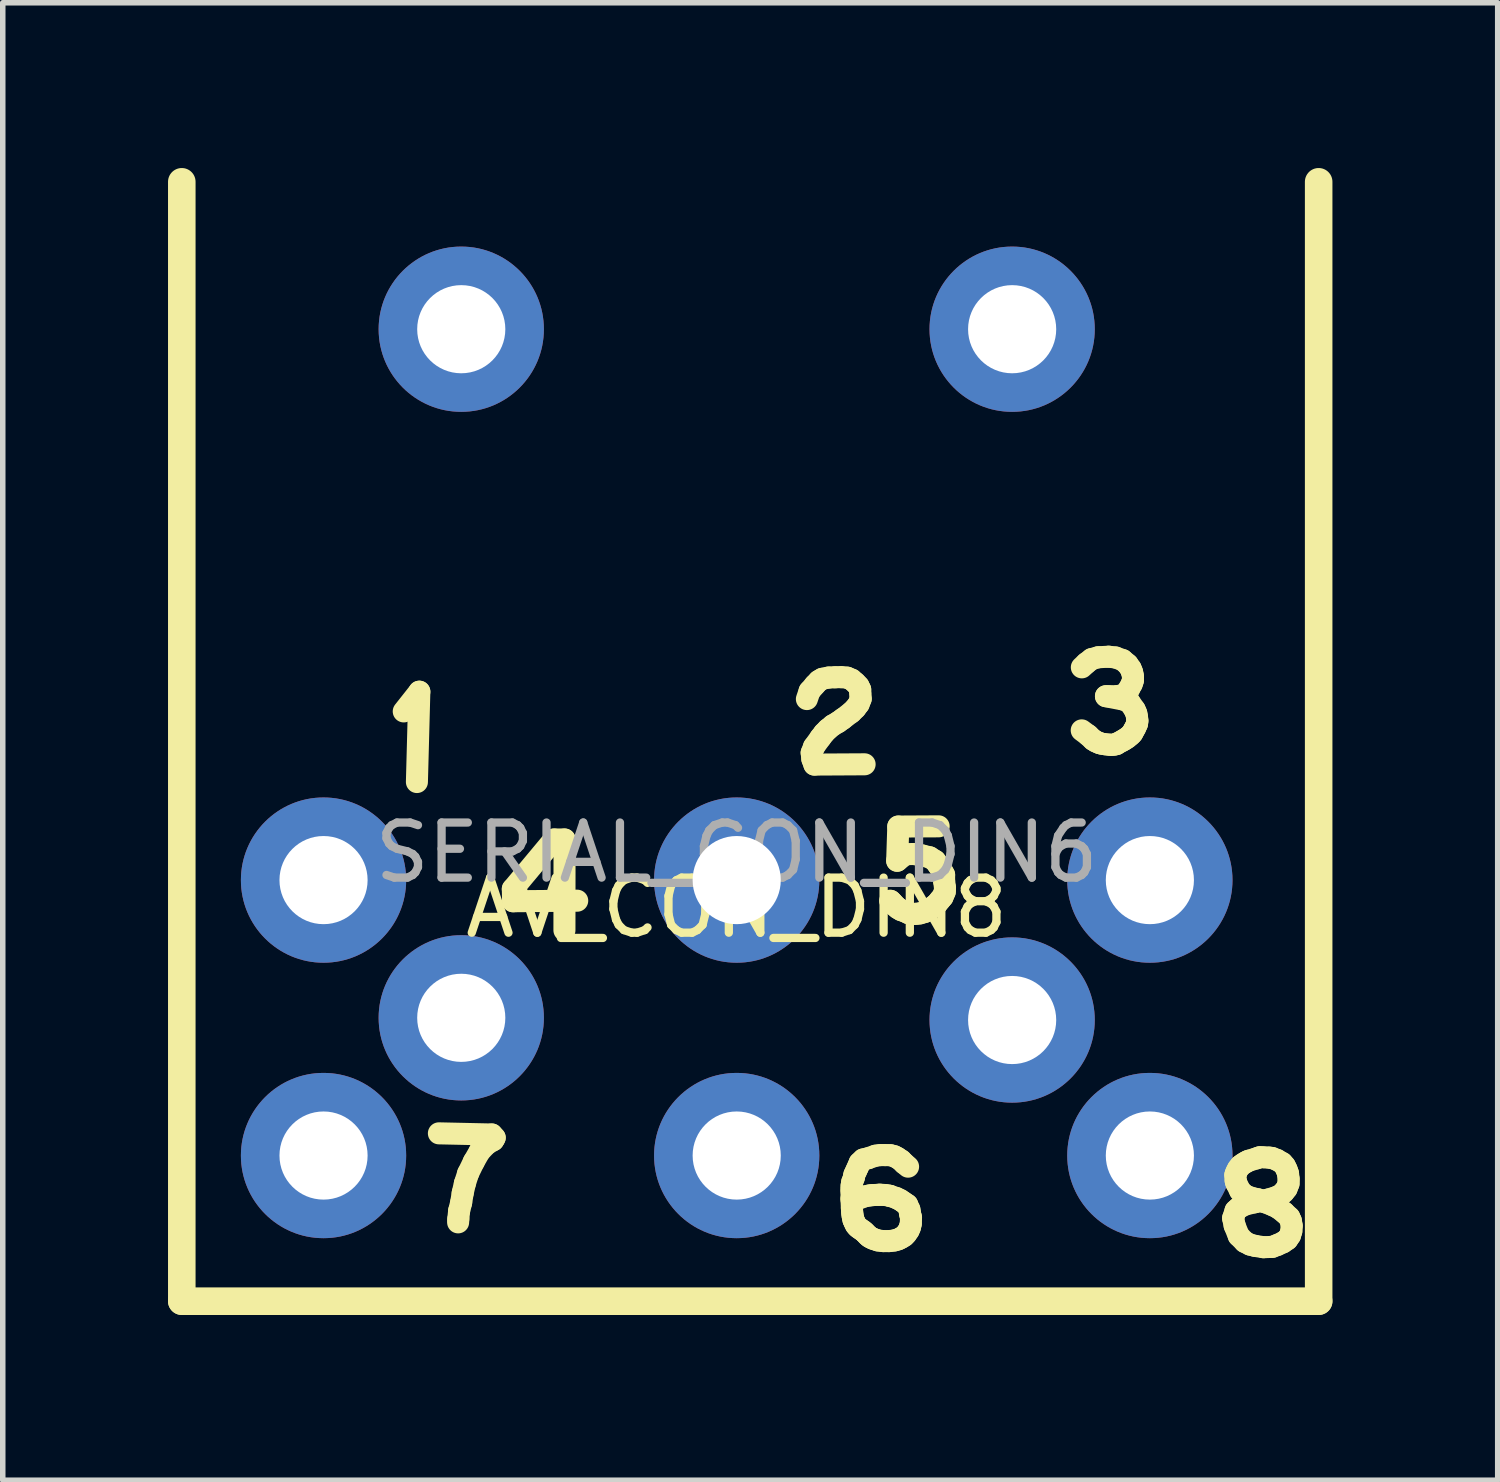
<source format=kicad_pcb>
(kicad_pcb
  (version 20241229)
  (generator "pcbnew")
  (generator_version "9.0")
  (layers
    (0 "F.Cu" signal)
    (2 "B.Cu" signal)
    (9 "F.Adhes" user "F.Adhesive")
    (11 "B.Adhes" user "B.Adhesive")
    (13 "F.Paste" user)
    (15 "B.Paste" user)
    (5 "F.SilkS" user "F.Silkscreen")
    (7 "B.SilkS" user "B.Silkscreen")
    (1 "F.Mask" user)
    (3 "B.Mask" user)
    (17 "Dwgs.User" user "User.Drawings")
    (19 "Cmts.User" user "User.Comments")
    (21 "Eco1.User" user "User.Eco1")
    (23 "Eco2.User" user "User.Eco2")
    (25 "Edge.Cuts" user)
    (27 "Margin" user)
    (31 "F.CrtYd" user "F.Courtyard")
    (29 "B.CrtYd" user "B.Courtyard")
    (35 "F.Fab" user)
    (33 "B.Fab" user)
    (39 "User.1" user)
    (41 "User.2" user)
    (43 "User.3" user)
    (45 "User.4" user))
  (footprint "AV_CON_DIN8"
    (layer "F.Cu")
    (at 10.323 12.926)
    (property "Reference" "AV_CON_DIN8" (at 0 0.5 0) (layer "F.SilkS") (effects (font (size 1 1) (thickness 0.15))))
    (attr through_hole)
    (fp_line (start -10.073 -12.676) (end -10.073 7.644) (stroke (width 0.5) (type solid)) (layer "F.SilkS"))
    (fp_line (start -10.073 7.644) (end 10.564 7.644) (stroke (width 0.5) (type solid)) (layer "F.SilkS"))
    (fp_line (start -6.044 -3.062) (end -5.761 -3.42) (stroke (width 0.4) (type solid)) (layer "F.SilkS"))
    (fp_line (start -5.761 -3.42) (end -5.805 -1.78) (stroke (width 0.4) (type solid)) (layer "F.SilkS"))
    (fp_line (start -5.406 4.597) (end -4.445 4.618) (stroke (width 0.4) (type solid)) (layer "F.SilkS"))
    (fp_line (start -5.054 6.155) (end -5.057 6.213) (stroke (width 0.4) (type solid)) (layer "F.SilkS"))
    (fp_line (start -5.039 6.005) (end -5.054 6.155) (stroke (width 0.4) (type solid)) (layer "F.SilkS"))
    (fp_line (start -5.002 5.855) (end -5.039 6.005) (stroke (width 0.4) (type solid)) (layer "F.SilkS"))
    (fp_line (start -4.974 5.681) (end -5.002 5.855) (stroke (width 0.4) (type solid)) (layer "F.SilkS"))
    (fp_line (start -4.934 5.506) (end -4.974 5.681) (stroke (width 0.4) (type solid)) (layer "F.SilkS"))
    (fp_line (start -4.876 5.325) (end -4.934 5.506) (stroke (width 0.4) (type solid)) (layer "F.SilkS"))
    (fp_line (start -4.772 5.111) (end -4.876 5.325) (stroke (width 0.4) (type solid)) (layer "F.SilkS"))
    (fp_line (start -4.665 4.924) (end -4.772 5.111) (stroke (width 0.4) (type solid)) (layer "F.SilkS"))
    (fp_line (start -4.536 4.79) (end -4.665 4.924) (stroke (width 0.4) (type solid)) (layer "F.SilkS"))
    (fp_line (start -4.445 4.618) (end -4.393 4.676) (stroke (width 0.4) (type solid)) (layer "F.SilkS"))
    (fp_line (start -4.42 4.722) (end -4.536 4.79) (stroke (width 0.4) (type solid)) (layer "F.SilkS"))
    (fp_line (start -4.393 4.676) (end -4.42 4.722) (stroke (width 0.4) (type solid)) (layer "F.SilkS"))
    (fp_line (start -4.064 0.162) (end -3.315 -0.737) (stroke (width 0.4) (type solid)) (layer "F.SilkS"))
    (fp_line (start -4.059 0.384) (end -4.064 0.162) (stroke (width 0.4) (type solid)) (layer "F.SilkS"))
    (fp_line (start -3.315 -0.737) (end -3.125 -0.737) (stroke (width 0.4) (type solid)) (layer "F.SilkS"))
    (fp_line (start -3.125 -0.737) (end -3.127 0.911) (stroke (width 0.4) (type solid)) (layer "F.SilkS"))
    (fp_line (start -2.895 0.374) (end -4.059 0.384) (stroke (width 0.4) (type solid)) (layer "F.SilkS"))
    (fp_line (start 1.274 -3.286) (end 1.323 -3.43) (stroke (width 0.4) (type solid)) (layer "F.SilkS"))
    (fp_line (start 1.323 -3.43) (end 1.42 -3.543) (stroke (width 0.4) (type solid)) (layer "F.SilkS"))
    (fp_line (start 1.361 -2.311) (end 1.373 -2.198) (stroke (width 0.4) (type solid)) (layer "F.SilkS"))
    (fp_line (start 1.373 -2.198) (end 1.41 -2.097) (stroke (width 0.4) (type solid)) (layer "F.SilkS"))
    (fp_line (start 1.403 -2.42) (end 1.361 -2.311) (stroke (width 0.4) (type solid)) (layer "F.SilkS"))
    (fp_line (start 1.41 -2.097) (end 2.322 -2.102) (stroke (width 0.4) (type solid)) (layer "F.SilkS"))
    (fp_line (start 1.42 -3.543) (end 1.49 -3.616) (stroke (width 0.4) (type solid)) (layer "F.SilkS"))
    (fp_line (start 1.49 -3.616) (end 1.554 -3.654) (stroke (width 0.4) (type solid)) (layer "F.SilkS"))
    (fp_line (start 1.521 -2.584) (end 1.403 -2.42) (stroke (width 0.4) (type solid)) (layer "F.SilkS"))
    (fp_line (start 1.554 -3.654) (end 1.669 -3.677) (stroke (width 0.4) (type solid)) (layer "F.SilkS"))
    (fp_line (start 1.585 -2.667) (end 1.521 -2.584) (stroke (width 0.4) (type solid)) (layer "F.SilkS"))
    (fp_line (start 1.655 -2.738) (end 1.585 -2.667) (stroke (width 0.4) (type solid)) (layer "F.SilkS"))
    (fp_line (start 1.669 -3.677) (end 1.785 -3.682) (stroke (width 0.4) (type solid)) (layer "F.SilkS"))
    (fp_line (start 1.745 -2.811) (end 1.655 -2.738) (stroke (width 0.4) (type solid)) (layer "F.SilkS"))
    (fp_line (start 1.785 -3.682) (end 1.9 -3.684) (stroke (width 0.4) (type solid)) (layer "F.SilkS"))
    (fp_line (start 1.841 -2.867) (end 1.745 -2.811) (stroke (width 0.4) (type solid)) (layer "F.SilkS"))
    (fp_line (start 1.9 -3.684) (end 2.004 -3.675) (stroke (width 0.4) (type solid)) (layer "F.SilkS"))
    (fp_line (start 1.924 -2.926) (end 1.841 -2.867) (stroke (width 0.4) (type solid)) (layer "F.SilkS"))
    (fp_line (start 2.004 -3.675) (end 2.086 -3.64) (stroke (width 0.4) (type solid)) (layer "F.SilkS"))
    (fp_line (start 2.079 -3.044) (end 1.924 -2.926) (stroke (width 0.4) (type solid)) (layer "F.SilkS"))
    (fp_line (start 2.084 5.617) (end 2.086 5.667) (stroke (width 0.4) (type solid)) (layer "F.SilkS"))
    (fp_line (start 2.084 5.798) (end 2.091 5.954) (stroke (width 0.4) (type solid)) (layer "F.SilkS"))
    (fp_line (start 2.086 5.548) (end 2.084 5.617) (stroke (width 0.4) (type solid)) (layer "F.SilkS"))
    (fp_line (start 2.086 5.667) (end 2.086 5.76) (stroke (width 0.4) (type solid)) (layer "F.SilkS"))
    (fp_line (start 2.086 5.76) (end 2.084 5.798) (stroke (width 0.4) (type solid)) (layer "F.SilkS"))
    (fp_line (start 2.086 -3.64) (end 2.155 -3.581) (stroke (width 0.4) (type solid)) (layer "F.SilkS"))
    (fp_line (start 2.091 5.954) (end 2.096 6.026) (stroke (width 0.4) (type solid)) (layer "F.SilkS"))
    (fp_line (start 2.096 5.484) (end 2.086 5.548) (stroke (width 0.4) (type solid)) (layer "F.SilkS"))
    (fp_line (start 2.096 6.026) (end 2.104 6.093) (stroke (width 0.4) (type solid)) (layer "F.SilkS"))
    (fp_line (start 2.104 6.093) (end 2.118 6.162) (stroke (width 0.4) (type solid)) (layer "F.SilkS"))
    (fp_line (start 2.118 6.162) (end 2.136 6.204) (stroke (width 0.4) (type solid)) (layer "F.SilkS"))
    (fp_line (start 2.127 5.399) (end 2.096 5.484) (stroke (width 0.4) (type solid)) (layer "F.SilkS"))
    (fp_line (start 2.136 5.347) (end 2.127 5.399) (stroke (width 0.4) (type solid)) (layer "F.SilkS"))
    (fp_line (start 2.136 6.204) (end 2.162 6.258) (stroke (width 0.4) (type solid)) (layer "F.SilkS"))
    (fp_line (start 2.155 -3.581) (end 2.211 -3.522) (stroke (width 0.4) (type solid)) (layer "F.SilkS"))
    (fp_line (start 2.157 -3.121) (end 2.079 -3.044) (stroke (width 0.4) (type solid)) (layer "F.SilkS"))
    (fp_line (start 2.162 6.258) (end 2.194 6.296) (stroke (width 0.4) (type solid)) (layer "F.SilkS"))
    (fp_line (start 2.171 5.271) (end 2.136 5.347) (stroke (width 0.4) (type solid)) (layer "F.SilkS"))
    (fp_line (start 2.194 6.296) (end 2.232 6.325) (stroke (width 0.4) (type solid)) (layer "F.SilkS"))
    (fp_line (start 2.202 5.204) (end 2.171 5.271) (stroke (width 0.4) (type solid)) (layer "F.SilkS"))
    (fp_line (start 2.211 -3.522) (end 2.242 -3.458) (stroke (width 0.4) (type solid)) (layer "F.SilkS"))
    (fp_line (start 2.214 -3.197) (end 2.157 -3.121) (stroke (width 0.4) (type solid)) (layer "F.SilkS"))
    (fp_line (start 2.231 5.133) (end 2.202 5.204) (stroke (width 0.4) (type solid)) (layer "F.SilkS"))
    (fp_line (start 2.232 6.325) (end 2.287 6.363) (stroke (width 0.4) (type solid)) (layer "F.SilkS"))
    (fp_line (start 2.242 -3.458) (end 2.244 -3.385) (stroke (width 0.4) (type solid)) (layer "F.SilkS"))
    (fp_line (start 2.244 -3.385) (end 2.251 -3.291) (stroke (width 0.4) (type solid)) (layer "F.SilkS"))
    (fp_line (start 2.251 -3.291) (end 2.214 -3.197) (stroke (width 0.4) (type solid)) (layer "F.SilkS"))
    (fp_line (start 2.287 6.363) (end 2.325 6.394) (stroke (width 0.4) (type solid)) (layer "F.SilkS"))
    (fp_line (start 2.296 5.071) (end 2.231 5.133) (stroke (width 0.4) (type solid)) (layer "F.SilkS"))
    (fp_line (start 2.305 5.745) (end 2.216 5.782) (stroke (width 0.4) (type solid)) (layer "F.SilkS"))
    (fp_line (start 2.325 6.394) (end 2.372 6.443) (stroke (width 0.4) (type solid)) (layer "F.SilkS"))
    (fp_line (start 2.372 6.443) (end 2.406 6.474) (stroke (width 0.4) (type solid)) (layer "F.SilkS"))
    (fp_line (start 2.383 5.05) (end 2.296 5.071) (stroke (width 0.4) (type solid)) (layer "F.SilkS"))
    (fp_line (start 2.406 6.474) (end 2.446 6.497) (stroke (width 0.4) (type solid)) (layer "F.SilkS"))
    (fp_line (start 2.412 5.724) (end 2.305 5.745) (stroke (width 0.4) (type solid)) (layer "F.SilkS"))
    (fp_line (start 2.446 6.497) (end 2.491 6.517) (stroke (width 0.4) (type solid)) (layer "F.SilkS"))
    (fp_line (start 2.47 5.718) (end 2.412 5.724) (stroke (width 0.4) (type solid)) (layer "F.SilkS"))
    (fp_line (start 2.491 6.517) (end 2.564 6.541) (stroke (width 0.4) (type solid)) (layer "F.SilkS"))
    (fp_line (start 2.519 5.003) (end 2.383 5.05) (stroke (width 0.4) (type solid)) (layer "F.SilkS"))
    (fp_line (start 2.564 6.541) (end 2.658 6.553) (stroke (width 0.4) (type solid)) (layer "F.SilkS"))
    (fp_line (start 2.569 5.713) (end 2.47 5.718) (stroke (width 0.4) (type solid)) (layer "F.SilkS"))
    (fp_line (start 2.602 5.711) (end 2.569 5.713) (stroke (width 0.4) (type solid)) (layer "F.SilkS"))
    (fp_line (start 2.604 4.992) (end 2.519 5.003) (stroke (width 0.4) (type solid)) (layer "F.SilkS"))
    (fp_line (start 2.658 6.553) (end 2.767 6.553) (stroke (width 0.4) (type solid)) (layer "F.SilkS"))
    (fp_line (start 2.689 5.716) (end 2.602 5.711) (stroke (width 0.4) (type solid)) (layer "F.SilkS"))
    (fp_line (start 2.696 4.992) (end 2.604 4.992) (stroke (width 0.4) (type solid)) (layer "F.SilkS"))
    (fp_line (start 2.761 5.727) (end 2.689 5.716) (stroke (width 0.4) (type solid)) (layer "F.SilkS"))
    (fp_line (start 2.767 6.553) (end 2.859 6.542) (stroke (width 0.4) (type solid)) (layer "F.SilkS"))
    (fp_line (start 2.787 5.733) (end 2.761 5.727) (stroke (width 0.4) (type solid)) (layer "F.SilkS"))
    (fp_line (start 2.792 4.994) (end 2.696 4.992) (stroke (width 0.4) (type solid)) (layer "F.SilkS"))
    (fp_line (start 2.794 0.378) (end 2.786 0.374) (stroke (width 0.4) (type solid)) (layer "F.SilkS"))
    (fp_line (start 2.829 0.414) (end 2.794 0.378) (stroke (width 0.4) (type solid)) (layer "F.SilkS"))
    (fp_line (start 2.853 0.445) (end 2.829 0.414) (stroke (width 0.4) (type solid)) (layer "F.SilkS"))
    (fp_line (start 2.859 6.542) (end 2.93 6.522) (stroke (width 0.4) (type solid)) (layer "F.SilkS"))
    (fp_line (start 2.861 5.012) (end 2.792 4.994) (stroke (width 0.4) (type solid)) (layer "F.SilkS"))
    (fp_line (start 2.885 0.473) (end 2.853 0.445) (stroke (width 0.4) (type solid)) (layer "F.SilkS"))
    (fp_line (start 2.897 5.771) (end 2.787 5.733) (stroke (width 0.4) (type solid)) (layer "F.SilkS"))
    (fp_line (start 2.913 -0.351) (end 3.06 -0.47) (stroke (width 0.4) (type solid)) (layer "F.SilkS"))
    (fp_line (start 2.917 5.042) (end 2.861 5.012) (stroke (width 0.4) (type solid)) (layer "F.SilkS"))
    (fp_line (start 2.925 0.509) (end 2.885 0.473) (stroke (width 0.4) (type solid)) (layer "F.SilkS"))
    (fp_line (start 2.93 6.522) (end 2.986 6.494) (stroke (width 0.4) (type solid)) (layer "F.SilkS"))
    (fp_line (start 2.933 -0.972) (end 2.913 -0.351) (stroke (width 0.4) (type solid)) (layer "F.SilkS"))
    (fp_line (start 2.97 5.807) (end 2.897 5.771) (stroke (width 0.4) (type solid)) (layer "F.SilkS"))
    (fp_line (start 2.985 0.545) (end 2.925 0.509) (stroke (width 0.4) (type solid)) (layer "F.SilkS"))
    (fp_line (start 2.986 5.088) (end 2.917 5.042) (stroke (width 0.4) (type solid)) (layer "F.SilkS"))
    (fp_line (start 2.986 6.494) (end 3.039 6.461) (stroke (width 0.4) (type solid)) (layer "F.SilkS"))
    (fp_line (start 3.031 5.849) (end 2.97 5.807) (stroke (width 0.4) (type solid)) (layer "F.SilkS"))
    (fp_line (start 3.039 5.142) (end 2.986 5.088) (stroke (width 0.4) (type solid)) (layer "F.SilkS"))
    (fp_line (start 3.039 6.461) (end 3.077 6.421) (stroke (width 0.4) (type solid)) (layer "F.SilkS"))
    (fp_line (start 3.044 0.565) (end 2.985 0.545) (stroke (width 0.4) (type solid)) (layer "F.SilkS"))
    (fp_line (start 3.06 -0.47) (end 3.212 -0.474) (stroke (width 0.4) (type solid)) (layer "F.SilkS"))
    (fp_line (start 3.077 6.421) (end 3.12 6.359) (stroke (width 0.4) (type solid)) (layer "F.SilkS"))
    (fp_line (start 3.095 5.892) (end 3.031 5.849) (stroke (width 0.4) (type solid)) (layer "F.SilkS"))
    (fp_line (start 3.111 5.202) (end 3.039 5.142) (stroke (width 0.4) (type solid)) (layer "F.SilkS"))
    (fp_line (start 3.12 0.601) (end 3.044 0.565) (stroke (width 0.4) (type solid)) (layer "F.SilkS"))
    (fp_line (start 3.12 6.359) (end 3.145 6.301) (stroke (width 0.4) (type solid)) (layer "F.SilkS"))
    (fp_line (start 3.135 5.981) (end 3.095 5.892) (stroke (width 0.4) (type solid)) (layer "F.SilkS"))
    (fp_line (start 3.145 6.301) (end 3.16 6.238) (stroke (width 0.4) (type solid)) (layer "F.SilkS"))
    (fp_line (start 3.147 6.057) (end 3.135 5.981) (stroke (width 0.4) (type solid)) (layer "F.SilkS"))
    (fp_line (start 3.16 6.238) (end 3.164 6.124) (stroke (width 0.4) (type solid)) (layer "F.SilkS"))
    (fp_line (start 3.164 6.124) (end 3.147 6.057) (stroke (width 0.4) (type solid)) (layer "F.SilkS"))
    (fp_line (start 3.18 0.617) (end 3.12 0.601) (stroke (width 0.4) (type solid)) (layer "F.SilkS"))
    (fp_line (start 3.212 -0.474) (end 3.371 -0.446) (stroke (width 0.4) (type solid)) (layer "F.SilkS"))
    (fp_line (start 3.244 0.613) (end 3.18 0.617) (stroke (width 0.4) (type solid)) (layer "F.SilkS"))
    (fp_line (start 3.323 0.605) (end 3.244 0.613) (stroke (width 0.4) (type solid)) (layer "F.SilkS"))
    (fp_line (start 3.371 -0.446) (end 3.502 -0.414) (stroke (width 0.4) (type solid)) (layer "F.SilkS"))
    (fp_line (start 3.407 0.581) (end 3.323 0.605) (stroke (width 0.4) (type solid)) (layer "F.SilkS"))
    (fp_line (start 3.454 0.557) (end 3.407 0.581) (stroke (width 0.4) (type solid)) (layer "F.SilkS"))
    (fp_line (start 3.502 -0.414) (end 3.602 -0.351) (stroke (width 0.4) (type solid)) (layer "F.SilkS"))
    (fp_line (start 3.526 0.509) (end 3.454 0.557) (stroke (width 0.4) (type solid)) (layer "F.SilkS"))
    (fp_line (start 3.602 -0.351) (end 3.658 -0.275) (stroke (width 0.4) (type solid)) (layer "F.SilkS"))
    (fp_line (start 3.606 0.453) (end 3.526 0.509) (stroke (width 0.4) (type solid)) (layer "F.SilkS"))
    (fp_line (start 3.638 0.425) (end 3.606 0.453) (stroke (width 0.4) (type solid)) (layer "F.SilkS"))
    (fp_line (start 3.658 -0.275) (end 3.717 -0.188) (stroke (width 0.4) (type solid)) (layer "F.SilkS"))
    (fp_line (start 3.666 -0.976) (end 2.933 -0.972) (stroke (width 0.4) (type solid)) (layer "F.SilkS"))
    (fp_line (start 3.689 0.362) (end 3.638 0.425) (stroke (width 0.4) (type solid)) (layer "F.SilkS"))
    (fp_line (start 3.717 -0.188) (end 3.765 -0.096) (stroke (width 0.4) (type solid)) (layer "F.SilkS"))
    (fp_line (start 3.737 0.306) (end 3.689 0.362) (stroke (width 0.4) (type solid)) (layer "F.SilkS"))
    (fp_line (start 3.765 -0.096) (end 3.765 0.015) (stroke (width 0.4) (type solid)) (layer "F.SilkS"))
    (fp_line (start 3.765 0.015) (end 3.781 0.139) (stroke (width 0.4) (type solid)) (layer "F.SilkS"))
    (fp_line (start 3.777 0.211) (end 3.737 0.306) (stroke (width 0.4) (type solid)) (layer "F.SilkS"))
    (fp_line (start 3.781 0.139) (end 3.777 0.211) (stroke (width 0.4) (type solid)) (layer "F.SilkS"))
    (fp_line (start 6.265 -3.862) (end 6.348 -3.939) (stroke (width 0.4) (type solid)) (layer "F.SilkS"))
    (fp_line (start 6.348 -3.939) (end 6.443 -4.012) (stroke (width 0.4) (type solid)) (layer "F.SilkS"))
    (fp_line (start 6.381 -2.63) (end 6.263 -2.718) (stroke (width 0.4) (type solid)) (layer "F.SilkS"))
    (fp_line (start 6.443 -4.012) (end 6.562 -4.045) (stroke (width 0.4) (type solid)) (layer "F.SilkS"))
    (fp_line (start 6.471 -2.546) (end 6.381 -2.63) (stroke (width 0.4) (type solid)) (layer "F.SilkS"))
    (fp_line (start 6.524 -2.514) (end 6.471 -2.546) (stroke (width 0.4) (type solid)) (layer "F.SilkS"))
    (fp_line (start 6.562 -4.045) (end 6.752 -4.055) (stroke (width 0.4) (type solid)) (layer "F.SilkS"))
    (fp_line (start 6.586 -2.487) (end 6.524 -2.514) (stroke (width 0.4) (type solid)) (layer "F.SilkS"))
    (fp_line (start 6.627 -2.476) (end 6.586 -2.487) (stroke (width 0.4) (type solid)) (layer "F.SilkS"))
    (fp_line (start 6.694 -2.465) (end 6.627 -2.476) (stroke (width 0.4) (type solid)) (layer "F.SilkS"))
    (fp_line (start 6.703 -3.338) (end 7.022 -3.276) (stroke (width 0.4) (type solid)) (layer "F.SilkS"))
    (fp_line (start 6.752 -4.055) (end 6.877 -4.041) (stroke (width 0.4) (type solid)) (layer "F.SilkS"))
    (fp_line (start 6.763 -2.458) (end 6.694 -2.465) (stroke (width 0.4) (type solid)) (layer "F.SilkS"))
    (fp_line (start 6.767 -3.336) (end 6.703 -3.338) (stroke (width 0.4) (type solid)) (layer "F.SilkS"))
    (fp_line (start 6.796 -2.456) (end 6.763 -2.458) (stroke (width 0.4) (type solid)) (layer "F.SilkS"))
    (fp_line (start 6.843 -2.458) (end 6.796 -2.456) (stroke (width 0.4) (type solid)) (layer "F.SilkS"))
    (fp_line (start 6.877 -4.041) (end 7.006 -3.994) (stroke (width 0.4) (type solid)) (layer "F.SilkS"))
    (fp_line (start 6.89 -2.467) (end 6.843 -2.458) (stroke (width 0.4) (type solid)) (layer "F.SilkS"))
    (fp_line (start 6.917 -3.34) (end 6.767 -3.336) (stroke (width 0.4) (type solid)) (layer "F.SilkS"))
    (fp_line (start 6.921 -2.487) (end 6.89 -2.467) (stroke (width 0.4) (type solid)) (layer "F.SilkS"))
    (fp_line (start 6.993 -2.525) (end 6.921 -2.487) (stroke (width 0.4) (type solid)) (layer "F.SilkS"))
    (fp_line (start 7.006 -3.994) (end 7.096 -3.918) (stroke (width 0.4) (type solid)) (layer "F.SilkS"))
    (fp_line (start 7.019 -3.363) (end 6.917 -3.34) (stroke (width 0.4) (type solid)) (layer "F.SilkS"))
    (fp_line (start 7.022 -3.276) (end 7.124 -3.238) (stroke (width 0.4) (type solid)) (layer "F.SilkS"))
    (fp_line (start 7.04 -2.552) (end 6.993 -2.525) (stroke (width 0.4) (type solid)) (layer "F.SilkS"))
    (fp_line (start 7.075 -3.398) (end 7.019 -3.363) (stroke (width 0.4) (type solid)) (layer "F.SilkS"))
    (fp_line (start 7.089 -2.584) (end 7.04 -2.552) (stroke (width 0.4) (type solid)) (layer "F.SilkS"))
    (fp_line (start 7.096 -3.918) (end 7.151 -3.84) (stroke (width 0.4) (type solid)) (layer "F.SilkS"))
    (fp_line (start 7.124 -3.474) (end 7.075 -3.398) (stroke (width 0.4) (type solid)) (layer "F.SilkS"))
    (fp_line (start 7.124 -3.238) (end 7.225 -3.092) (stroke (width 0.4) (type solid)) (layer "F.SilkS"))
    (fp_line (start 7.145 -2.63) (end 7.089 -2.584) (stroke (width 0.4) (type solid)) (layer "F.SilkS"))
    (fp_line (start 7.151 -3.84) (end 7.178 -3.773) (stroke (width 0.4) (type solid)) (layer "F.SilkS"))
    (fp_line (start 7.171 -3.561) (end 7.124 -3.474) (stroke (width 0.4) (type solid)) (layer "F.SilkS"))
    (fp_line (start 7.178 -3.773) (end 7.193 -3.7) (stroke (width 0.4) (type solid)) (layer "F.SilkS"))
    (fp_line (start 7.18 -2.666) (end 7.145 -2.63) (stroke (width 0.4) (type solid)) (layer "F.SilkS"))
    (fp_line (start 7.193 -3.7) (end 7.193 -3.628) (stroke (width 0.4) (type solid)) (layer "F.SilkS"))
    (fp_line (start 7.193 -3.628) (end 7.171 -3.561) (stroke (width 0.4) (type solid)) (layer "F.SilkS"))
    (fp_line (start 7.211 -2.724) (end 7.18 -2.666) (stroke (width 0.4) (type solid)) (layer "F.SilkS"))
    (fp_line (start 7.225 -3.092) (end 7.254 -3.025) (stroke (width 0.4) (type solid)) (layer "F.SilkS"))
    (fp_line (start 7.238 -2.773) (end 7.211 -2.724) (stroke (width 0.4) (type solid)) (layer "F.SilkS"))
    (fp_line (start 7.254 -3.025) (end 7.267 -2.954) (stroke (width 0.4) (type solid)) (layer "F.SilkS"))
    (fp_line (start 7.267 -2.954) (end 7.274 -2.892) (stroke (width 0.4) (type solid)) (layer "F.SilkS"))
    (fp_line (start 7.267 -2.838) (end 7.238 -2.773) (stroke (width 0.4) (type solid)) (layer "F.SilkS"))
    (fp_line (start 7.274 -2.892) (end 7.267 -2.838) (stroke (width 0.4) (type solid)) (layer "F.SilkS"))
    (fp_line (start 9.011 6.137) (end 9.039 6.272) (stroke (width 0.4) (type solid)) (layer "F.SilkS"))
    (fp_line (start 9.039 6.272) (end 9.113 6.457) (stroke (width 0.4) (type solid)) (layer "F.SilkS"))
    (fp_line (start 9.051 5.354) (end 9.069 5.303) (stroke (width 0.4) (type solid)) (layer "F.SilkS"))
    (fp_line (start 9.055 6.001) (end 9.011 6.137) (stroke (width 0.4) (type solid)) (layer "F.SilkS"))
    (fp_line (start 9.057 5.454) (end 9.051 5.354) (stroke (width 0.4) (type solid)) (layer "F.SilkS"))
    (fp_line (start 9.069 5.303) (end 9.1 5.242) (stroke (width 0.4) (type solid)) (layer "F.SilkS"))
    (fp_line (start 9.071 5.504) (end 9.057 5.454) (stroke (width 0.4) (type solid)) (layer "F.SilkS"))
    (fp_line (start 9.1 5.242) (end 9.145 5.184) (stroke (width 0.4) (type solid)) (layer "F.SilkS"))
    (fp_line (start 9.109 5.952) (end 9.055 6.001) (stroke (width 0.4) (type solid)) (layer "F.SilkS"))
    (fp_line (start 9.113 6.457) (end 9.223 6.568) (stroke (width 0.4) (type solid)) (layer "F.SilkS"))
    (fp_line (start 9.138 5.638) (end 9.071 5.504) (stroke (width 0.4) (type solid)) (layer "F.SilkS"))
    (fp_line (start 9.145 5.184) (end 9.194 5.149) (stroke (width 0.4) (type solid)) (layer "F.SilkS"))
    (fp_line (start 9.194 5.149) (end 9.247 5.117) (stroke (width 0.4) (type solid)) (layer "F.SilkS"))
    (fp_line (start 9.194 5.696) (end 9.138 5.638) (stroke (width 0.4) (type solid)) (layer "F.SilkS"))
    (fp_line (start 9.223 6.568) (end 9.319 6.617) (stroke (width 0.4) (type solid)) (layer "F.SilkS"))
    (fp_line (start 9.227 5.89) (end 9.109 5.952) (stroke (width 0.4) (type solid)) (layer "F.SilkS"))
    (fp_line (start 9.247 5.117) (end 9.292 5.095) (stroke (width 0.4) (type solid)) (layer "F.SilkS"))
    (fp_line (start 9.261 5.738) (end 9.194 5.696) (stroke (width 0.4) (type solid)) (layer "F.SilkS"))
    (fp_line (start 9.292 5.095) (end 9.437 5.051) (stroke (width 0.4) (type solid)) (layer "F.SilkS"))
    (fp_line (start 9.319 6.617) (end 9.41 6.64) (stroke (width 0.4) (type solid)) (layer "F.SilkS"))
    (fp_line (start 9.365 5.774) (end 9.261 5.738) (stroke (width 0.4) (type solid)) (layer "F.SilkS"))
    (fp_line (start 9.399 5.849) (end 9.227 5.89) (stroke (width 0.4) (type solid)) (layer "F.SilkS"))
    (fp_line (start 9.41 6.64) (end 9.562 6.664) (stroke (width 0.4) (type solid)) (layer "F.SilkS"))
    (fp_line (start 9.437 5.051) (end 9.497 5.03) (stroke (width 0.4) (type solid)) (layer "F.SilkS"))
    (fp_line (start 9.462 5.794) (end 9.365 5.774) (stroke (width 0.4) (type solid)) (layer "F.SilkS"))
    (fp_line (start 9.497 5.03) (end 9.551 5.03) (stroke (width 0.4) (type solid)) (layer "F.SilkS"))
    (fp_line (start 9.557 5.821) (end 9.399 5.849) (stroke (width 0.4) (type solid)) (layer "F.SilkS"))
    (fp_line (start 9.562 6.664) (end 9.722 6.658) (stroke (width 0.4) (type solid)) (layer "F.SilkS"))
    (fp_line (start 9.593 5.035) (end 9.662 5.037) (stroke (width 0.4) (type solid)) (layer "F.SilkS"))
    (fp_line (start 9.595 5.849) (end 9.462 5.794) (stroke (width 0.4) (type solid)) (layer "F.SilkS"))
    (fp_line (start 9.651 5.798) (end 9.557 5.821) (stroke (width 0.4) (type solid)) (layer "F.SilkS"))
    (fp_line (start 9.662 5.037) (end 9.718 5.044) (stroke (width 0.4) (type solid)) (layer "F.SilkS"))
    (fp_line (start 9.718 5.044) (end 9.807 5.079) (stroke (width 0.4) (type solid)) (layer "F.SilkS"))
    (fp_line (start 9.722 6.658) (end 9.812 6.624) (stroke (width 0.4) (type solid)) (layer "F.SilkS"))
    (fp_line (start 9.723 5.899) (end 9.595 5.849) (stroke (width 0.4) (type solid)) (layer "F.SilkS"))
    (fp_line (start 9.794 5.754) (end 9.651 5.798) (stroke (width 0.4) (type solid)) (layer "F.SilkS"))
    (fp_line (start 9.807 5.079) (end 9.903 5.135) (stroke (width 0.4) (type solid)) (layer "F.SilkS"))
    (fp_line (start 9.812 6.624) (end 9.915 6.577) (stroke (width 0.4) (type solid)) (layer "F.SilkS"))
    (fp_line (start 9.83 5.952) (end 9.723 5.899) (stroke (width 0.4) (type solid)) (layer "F.SilkS"))
    (fp_line (start 9.863 5.725) (end 9.794 5.754) (stroke (width 0.4) (type solid)) (layer "F.SilkS"))
    (fp_line (start 9.903 5.135) (end 9.95 5.189) (stroke (width 0.4) (type solid)) (layer "F.SilkS"))
    (fp_line (start 9.915 6.577) (end 9.995 6.522) (stroke (width 0.4) (type solid)) (layer "F.SilkS"))
    (fp_line (start 9.93 5.664) (end 9.863 5.725) (stroke (width 0.4) (type solid)) (layer "F.SilkS"))
    (fp_line (start 9.937 6.033) (end 9.83 5.952) (stroke (width 0.4) (type solid)) (layer "F.SilkS"))
    (fp_line (start 9.95 5.189) (end 9.982 5.254) (stroke (width 0.4) (type solid)) (layer "F.SilkS"))
    (fp_line (start 9.982 5.254) (end 10.008 5.327) (stroke (width 0.4) (type solid)) (layer "F.SilkS"))
    (fp_line (start 9.982 5.599) (end 9.93 5.664) (stroke (width 0.4) (type solid)) (layer "F.SilkS"))
    (fp_line (start 9.995 6.522) (end 10.044 6.45) (stroke (width 0.4) (type solid)) (layer "F.SilkS"))
    (fp_line (start 10.008 5.327) (end 10.019 5.425) (stroke (width 0.4) (type solid)) (layer "F.SilkS"))
    (fp_line (start 10.017 5.51) (end 9.982 5.599) (stroke (width 0.4) (type solid)) (layer "F.SilkS"))
    (fp_line (start 10.019 5.425) (end 10.017 5.51) (stroke (width 0.4) (type solid)) (layer "F.SilkS"))
    (fp_line (start 10.031 6.122) (end 9.937 6.033) (stroke (width 0.4) (type solid)) (layer "F.SilkS"))
    (fp_line (start 10.044 6.45) (end 10.068 6.372) (stroke (width 0.4) (type solid)) (layer "F.SilkS"))
    (fp_line (start 10.06 6.186) (end 10.031 6.122) (stroke (width 0.4) (type solid)) (layer "F.SilkS"))
    (fp_line (start 10.068 6.372) (end 10.075 6.276) (stroke (width 0.4) (type solid)) (layer "F.SilkS"))
    (fp_line (start 10.075 6.276) (end 10.06 6.186) (stroke (width 0.4) (type solid)) (layer "F.SilkS"))
    (fp_line (start 10.564 7.644) (end 10.564 -12.676) (stroke (width 0.5) (type solid)) (layer "F.SilkS"))
    (fp_text user "SERIAL_CON_DIN6" (at 0 -0.5 0) (layer "F.Fab") (effects (font (size 1 1) (thickness 0.15))))
    (pad "1" thru_hole circle (at -7.5 0) (size 3 3) (drill 1.6) (layers "*.Cu" "*.Mask"))
    (pad "2" thru_hole circle (at -5 -10) (size 3 3) (drill 1.6) (layers "*.Cu" "*.Mask"))
    (pad "2" thru_hole circle (at 0 0) (size 3 3) (drill 1.6) (layers "*.Cu" "*.Mask"))
    (pad "2" thru_hole circle (at 5 -10) (size 3 3) (drill 1.6) (layers "*.Cu" "*.Mask"))
    (pad "3" thru_hole circle (at 7.5 0) (size 3 3) (drill 1.6) (layers "*.Cu" "*.Mask"))
    (pad "4" thru_hole circle (at -5 2.5) (size 3 3) (drill 1.6) (layers "*.Cu" "*.Mask"))
    (pad "5" thru_hole circle (at 5 2.54) (size 3 3) (drill 1.6) (layers "*.Cu" "*.Mask"))
    (pad "6" thru_hole circle (at 0 5) (size 3 3) (drill 1.6) (layers "*.Cu" "*.Mask"))
    (pad "7" thru_hole circle (at -7.5 5) (size 3 3) (drill 1.6) (layers "*.Cu" "*.Mask"))
    (pad "8" thru_hole circle (at 7.5 5) (size 3 3) (drill 1.6) (layers "*.Cu" "*.Mask")))
  (gr_rect
    (start -3 -3)
    (end 24.137 23.82)
    (stroke (width 0.1) (type default))
    (fill no)
    (layer "Edge.Cuts")))
</source>
